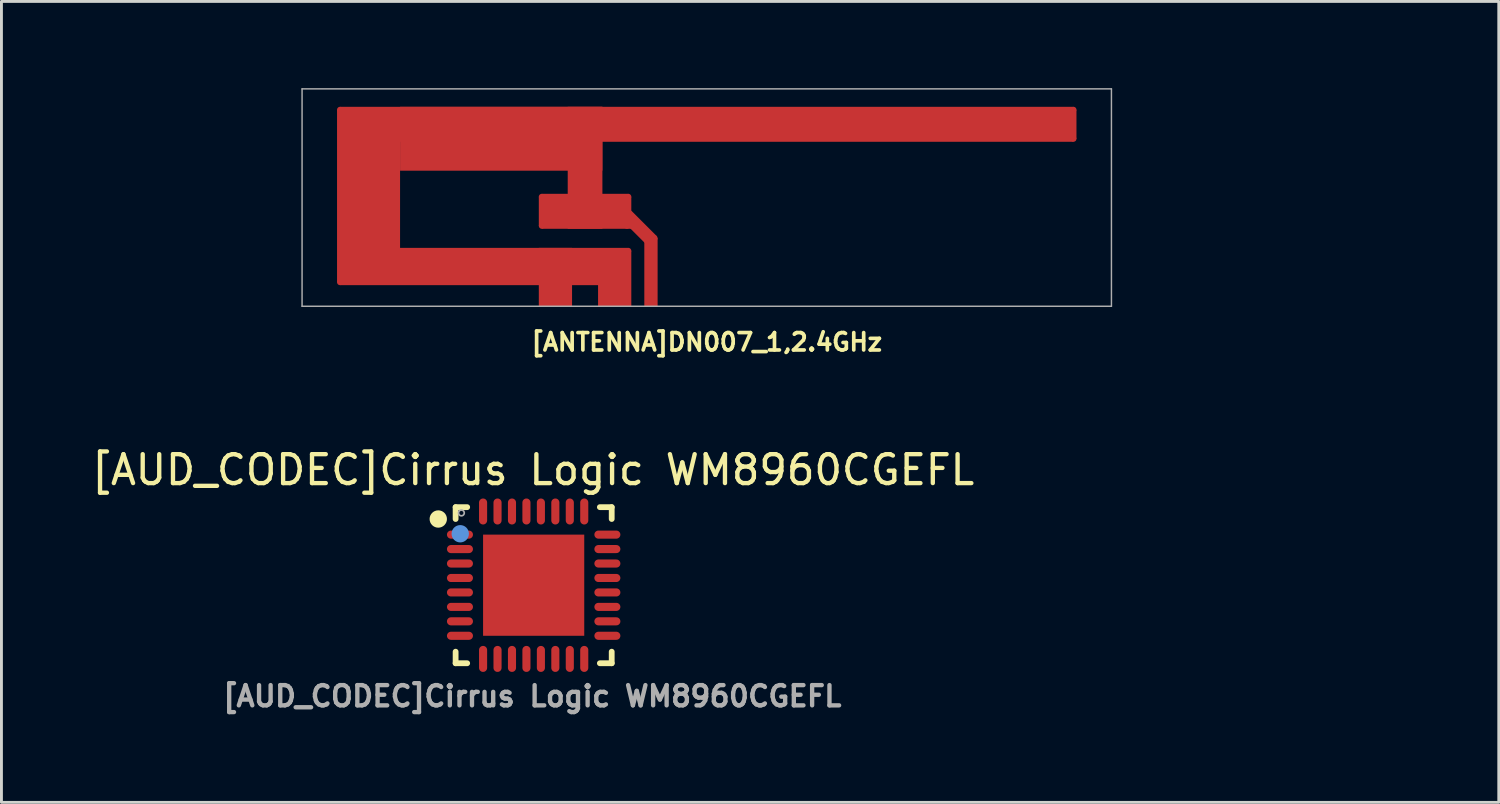
<source format=kicad_pcb>
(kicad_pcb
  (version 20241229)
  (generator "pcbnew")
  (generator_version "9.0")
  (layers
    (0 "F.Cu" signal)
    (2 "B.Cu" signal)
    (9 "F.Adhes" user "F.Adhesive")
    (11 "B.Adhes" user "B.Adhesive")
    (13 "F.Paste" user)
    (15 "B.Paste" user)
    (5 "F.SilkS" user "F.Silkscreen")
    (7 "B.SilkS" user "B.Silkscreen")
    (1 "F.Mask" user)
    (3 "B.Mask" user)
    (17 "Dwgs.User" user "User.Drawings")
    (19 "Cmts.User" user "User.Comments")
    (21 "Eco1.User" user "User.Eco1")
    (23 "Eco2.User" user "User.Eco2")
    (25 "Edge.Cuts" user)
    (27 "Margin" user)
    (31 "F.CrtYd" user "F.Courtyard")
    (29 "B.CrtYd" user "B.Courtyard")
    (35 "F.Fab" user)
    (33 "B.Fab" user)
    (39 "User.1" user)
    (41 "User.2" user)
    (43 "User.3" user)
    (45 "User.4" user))
  (footprint "[ANTENNA]DN007_1,2.4GHz"
    (layer "F.Cu")
    (at 18.69 3.755)
    (property "Reference" "[ANTENNA]DN007_1,2.4GHz" (at 2.71 5.03 0) (layer "F.SilkS") (effects (font (size 0.6 0.6) (thickness 0.127))))
    (attr exclude_from_pos_files exclude_from_bom allow_soldermask_bridges)
    (fp_rect (start -10.08 -3.01) (end -7.9 2.96) (stroke (width 0) (type default)) (fill yes) (layer "F.Cu"))
    (fp_rect (start -9.98 -3.11) (end 15.4 -1.9) (stroke (width 0) (type default)) (fill yes) (layer "F.Cu"))
    (fp_rect (start -9.98 1.77) (end 0 3.06) (stroke (width 0) (type default)) (fill yes) (layer "F.Cu"))
    (fp_rect (start -7.9 -3.11) (end -0.9 -0.9) (stroke (width 0) (type default)) (fill yes) (layer "F.Cu"))
    (fp_rect (start -3.1 0) (end 0.1 1.01) (stroke (width 0) (type default)) (fill yes) (layer "F.Cu"))
    (fp_rect (start -3 -0.1) (end 0 1.11) (stroke (width 0) (type default)) (fill yes) (layer "F.Cu"))
    (fp_rect (start -2.1 -3.11) (end -0.9 1.11) (stroke (width 0) (type default)) (fill yes) (layer "F.Cu"))
    (fp_rect (start -0.1 0.91) (end 0.1 1.11) (stroke (width 0) (type default)) (fill yes) (layer "F.Cu"))
    (fp_rect (start 13.92 -3.01) (end 15.5 -2) (stroke (width 0) (type solid)) (fill yes) (layer "F.Cu"))
    (fp_circle (center -9.98 -3.01) (end -9.88 -3.01) (stroke (width 0) (type solid)) (fill yes) (layer "F.Cu"))
    (fp_circle (center -9.98 2.96) (end -9.88 2.96) (stroke (width 0) (type solid)) (fill yes) (layer "F.Cu"))
    (fp_circle (center -3 0) (end -2.9 0) (stroke (width 0) (type solid)) (fill yes) (layer "F.Cu"))
    (fp_circle (center -3 1.01) (end -2.9 1.01) (stroke (width 0) (type solid)) (fill yes) (layer "F.Cu"))
    (fp_circle (center 0 0) (end 0.1 0) (stroke (width 0) (type solid)) (fill yes) (layer "F.Cu"))
    (fp_circle (center 0 1.87) (end 0.1 1.87) (stroke (width 0) (type solid)) (fill yes) (layer "F.Cu"))
    (fp_circle (center 0.91 1.434) (end 1.01 1.434) (stroke (width 0) (type solid)) (fill yes) (layer "F.Cu"))
    (fp_circle (center 15.4 -3.01) (end 15.5 -3.01) (stroke (width 0) (type solid)) (fill yes) (layer "F.Cu"))
    (fp_circle (center 15.4 -2) (end 15.5 -2) (stroke (width 0) (type solid)) (fill yes) (layer "F.Cu"))
    (fp_rect (start -10.08 -3.01) (end -7.9 2.96) (stroke (width 0) (type default)) (fill yes) (layer "F.Mask"))
    (fp_rect (start -9.98 -3.11) (end 15.4 -1.9) (stroke (width 0) (type default)) (fill yes) (layer "F.Mask"))
    (fp_rect (start -9.98 1.77) (end 0 3.06) (stroke (width 0) (type default)) (fill yes) (layer "F.Mask"))
    (fp_rect (start -7.9 -3.11) (end -0.9 -0.9) (stroke (width 0) (type default)) (fill yes) (layer "F.Mask"))
    (fp_rect (start -3.1 0) (end 0.1 1.01) (stroke (width 0) (type default)) (fill yes) (layer "F.Mask"))
    (fp_rect (start -3 -0.1) (end 0 1.11) (stroke (width 0) (type default)) (fill yes) (layer "F.Mask"))
    (fp_rect (start -2.1 -3.11) (end -0.9 1.11) (stroke (width 0) (type default)) (fill yes) (layer "F.Mask"))
    (fp_rect (start -0.1 0.91) (end 0.1 1.11) (stroke (width 0) (type default)) (fill yes) (layer "F.Mask"))
    (fp_rect (start 13.92 -3.01) (end 15.5 -2) (stroke (width 0) (type solid)) (fill yes) (layer "F.Mask"))
    (fp_circle (center -9.98 -3.01) (end -10.08 -3.01) (stroke (width 0) (type solid)) (fill yes) (layer "F.Mask"))
    (fp_circle (center -9.98 2.96) (end -10.08 2.96) (stroke (width 0) (type solid)) (fill yes) (layer "F.Mask"))
    (fp_circle (center -3 0) (end -2.9 0) (stroke (width 0) (type solid)) (fill yes) (layer "F.Mask"))
    (fp_circle (center -3 1.01) (end -2.9 1.01) (stroke (width 0) (type solid)) (fill yes) (layer "F.Mask"))
    (fp_circle (center 0 0) (end 0.1 0) (stroke (width 0) (type solid)) (fill yes) (layer "F.Mask"))
    (fp_circle (center 0 1.87) (end 0.1 1.87) (stroke (width 0) (type solid)) (fill yes) (layer "F.Mask"))
    (fp_circle (center 0.91 1.434) (end 1.01 1.434) (stroke (width 0) (type solid)) (fill yes) (layer "F.Mask"))
    (fp_circle (center 15.4 -3.01) (end 15.5 -3.01) (stroke (width 0) (type solid)) (fill yes) (layer "F.Mask"))
    (fp_circle (center 15.4 -2) (end 15.5 -2) (stroke (width 0) (type solid)) (fill yes) (layer "F.Mask"))
    (fp_line (start -11.29 -3.73) (end -11.29 3.79) (stroke (width 0.05) (type solid)) (layer "F.Fab"))
    (fp_line (start -11.29 3.79) (end 16.71 3.79) (stroke (width 0.05) (type solid)) (layer "F.Fab"))
    (fp_line (start 16.71 -3.73) (end -11.29 -3.73) (stroke (width 0.05) (type solid)) (layer "F.Fab"))
    (fp_line (start 16.71 -3.73) (end 16.71 3.79) (stroke (width 0.05) (type solid)) (layer "F.Fab"))
    (pad "1" connect rect (at -2.525 2.785) (size 1.15 2.03) (layers "F.Cu" "F.Mask"))
    (pad "1" connect rect (at -0.475 2.835) (size 1.15 1.93) (layers "F.Cu" "F.Mask"))
    (pad "2" connect rect (at 0.378 1.086 45) (size 0.46 1.246) (layers "F.Cu" "F.Mask"))
    (pad "2" connect rect (at 0.78 2.617) (size 0.46 2.366) (layers "F.Cu" "F.Mask"))
    (zone (net_name "") (layer "F.Cu") (hatch edge 0.5) (connect_pads) (min_thickness 0.25) (filled_areas_thickness no) (keepout (tracks allowed) (vias allowed) (pads allowed) (copperpour not_allowed) (footprints allowed)) (placement (enabled no)) (fill) (polygon (pts (xy 0.000127 0.045) (xy 45.8 0.045) (xy 45.8 7.545) (xy 18.79 7.555) (xy 18.785 5.525) (xy 17.64 5.526) (xy 17.64 7.555) (xy 16.74 7.555) (xy 16.74 5.525) (xy 15.59 5.525) (xy 15.59 7.555) (xy 0.000127 7.545))))
    (zone (net_name "") (layer "In1.Cu") (hatch edge 0.5) (connect_pads) (min_thickness 0.25) (filled_areas_thickness no) (keepout (tracks allowed) (vias allowed) (pads allowed) (copperpour not_allowed) (footprints allowed)) (placement (enabled no)) (fill) (polygon (pts (xy 0 0.045) (xy 45.8 0.045) (xy 45.8 7.545) (xy 18.79 7.555) (xy 17.64 7.555) (xy 16.74 7.555) (xy 15.59 7.555) (xy 0 7.545)))))
  (footprint "[AUD_CODEC]Cirrus Logic WM8960CGEFL"
    (layer "F.Cu")
    (at 15.412 17.195)
    (property "Reference" "[AUD_CODEC]Cirrus Logic WM8960CGEFL" (at -0.025 -3.988 0) (layer "F.SilkS") (effects (font (size 1 1) (thickness 0.15))))
    (attr smd)
    (fp_line (start -2.7 -2.7) (end -2.3 -2.7) (stroke (width 0.2) (type solid)) (layer "F.SilkS"))
    (fp_line (start -2.7 -2.29) (end -2.7 -2.7) (stroke (width 0.2) (type solid)) (layer "F.SilkS"))
    (fp_line (start -2.7 2.3) (end -2.7 2.7) (stroke (width 0.2) (type solid)) (layer "F.SilkS"))
    (fp_line (start -2.7 2.7) (end -2.3 2.7) (stroke (width 0.2) (type solid)) (layer "F.SilkS"))
    (fp_line (start 2.29 -2.7) (end 2.7 -2.7) (stroke (width 0.2) (type solid)) (layer "F.SilkS"))
    (fp_line (start 2.29 2.7) (end 2.7 2.7) (stroke (width 0.2) (type solid)) (layer "F.SilkS"))
    (fp_line (start 2.7 -2.7) (end 2.7 -2.29) (stroke (width 0.2) (type solid)) (layer "F.SilkS"))
    (fp_line (start 2.7 2.7) (end 2.7 2.3) (stroke (width 0.2) (type solid)) (layer "F.SilkS"))
    (fp_circle (center -3.3 -2.29) (end -3.15 -2.29) (stroke (width 0.3) (type solid)) (fill no) (layer "F.SilkS"))
    (fp_circle (center -2.54 -1.78) (end -2.39 -1.78) (stroke (width 0.3) (type solid)) (fill no) (layer "Cmts.User"))
    (fp_circle (center -2.5 -2.5) (end -2.4 -2.5) (stroke (width 0.06) (type solid)) (fill no) (layer "F.Fab"))
    (fp_text user "${REFERENCE}" (at -0.05 3.84 0) (layer "F.Fab") (effects (font (size 0.7 0.7) (thickness 0.15))))
    (pad "1" smd oval (at -2.55 -1.75 90) (size 0.28 0.9) (layers "F.Cu" "F.Mask" "F.Paste"))
    (pad "2" smd oval (at -2.55 -1.25 90) (size 0.28 0.9) (layers "F.Cu" "F.Mask" "F.Paste"))
    (pad "3" smd oval (at -2.55 -0.75 90) (size 0.28 0.9) (layers "F.Cu" "F.Mask" "F.Paste"))
    (pad "4" smd oval (at -2.55 -0.25 90) (size 0.28 0.9) (layers "F.Cu" "F.Mask" "F.Paste"))
    (pad "5" smd oval (at -2.55 0.25 90) (size 0.28 0.9) (layers "F.Cu" "F.Mask" "F.Paste"))
    (pad "6" smd oval (at -2.55 0.75 90) (size 0.28 0.9) (layers "F.Cu" "F.Mask" "F.Paste"))
    (pad "7" smd oval (at -2.55 1.25 90) (size 0.28 0.9) (layers "F.Cu" "F.Mask" "F.Paste"))
    (pad "8" smd oval (at -2.55 1.75 90) (size 0.28 0.9) (layers "F.Cu" "F.Mask" "F.Paste"))
    (pad "9" smd oval (at -1.75 2.55) (size 0.28 0.9) (layers "F.Cu" "F.Mask" "F.Paste"))
    (pad "10" smd oval (at -1.25 2.55) (size 0.28 0.9) (layers "F.Cu" "F.Mask" "F.Paste"))
    (pad "11" smd oval (at -0.75 2.55) (size 0.28 0.9) (layers "F.Cu" "F.Mask" "F.Paste"))
    (pad "12" smd oval (at -0.25 2.55) (size 0.28 0.9) (layers "F.Cu" "F.Mask" "F.Paste"))
    (pad "13" smd oval (at 0.25 2.55) (size 0.28 0.9) (layers "F.Cu" "F.Mask" "F.Paste"))
    (pad "14" smd oval (at 0.75 2.55) (size 0.28 0.9) (layers "F.Cu" "F.Mask" "F.Paste"))
    (pad "15" smd oval (at 1.25 2.55) (size 0.28 0.9) (layers "F.Cu" "F.Mask" "F.Paste"))
    (pad "16" smd oval (at 1.75 2.55) (size 0.28 0.9) (layers "F.Cu" "F.Mask" "F.Paste"))
    (pad "17" smd oval (at 2.55 1.75 90) (size 0.28 0.9) (layers "F.Cu" "F.Mask" "F.Paste"))
    (pad "18" smd oval (at 2.55 1.25 90) (size 0.28 0.9) (layers "F.Cu" "F.Mask" "F.Paste"))
    (pad "19" smd oval (at 2.55 0.75 90) (size 0.28 0.9) (layers "F.Cu" "F.Mask" "F.Paste"))
    (pad "20" smd oval (at 2.55 0.25 90) (size 0.28 0.9) (layers "F.Cu" "F.Mask" "F.Paste"))
    (pad "21" smd oval (at 2.55 -0.25 90) (size 0.28 0.9) (layers "F.Cu" "F.Mask" "F.Paste"))
    (pad "22" smd oval (at 2.55 -0.75 90) (size 0.28 0.9) (layers "F.Cu" "F.Mask" "F.Paste"))
    (pad "23" smd oval (at 2.55 -1.25 90) (size 0.28 0.9) (layers "F.Cu" "F.Mask" "F.Paste"))
    (pad "24" smd oval (at 2.55 -1.75 90) (size 0.28 0.9) (layers "F.Cu" "F.Mask" "F.Paste"))
    (pad "25" smd oval (at 1.75 -2.55) (size 0.28 0.9) (layers "F.Cu" "F.Mask" "F.Paste"))
    (pad "26" smd oval (at 1.25 -2.55) (size 0.28 0.9) (layers "F.Cu" "F.Mask" "F.Paste"))
    (pad "27" smd oval (at 0.75 -2.55) (size 0.28 0.9) (layers "F.Cu" "F.Mask" "F.Paste"))
    (pad "28" smd oval (at 0.25 -2.55) (size 0.28 0.9) (layers "F.Cu" "F.Mask" "F.Paste"))
    (pad "29" smd oval (at -0.25 -2.55) (size 0.28 0.9) (layers "F.Cu" "F.Mask" "F.Paste"))
    (pad "30" smd oval (at -0.75 -2.55) (size 0.28 0.9) (layers "F.Cu" "F.Mask" "F.Paste"))
    (pad "31" smd oval (at -1.25 -2.55) (size 0.28 0.9) (layers "F.Cu" "F.Mask" "F.Paste"))
    (pad "32" smd oval (at -1.75 -2.55) (size 0.28 0.9) (layers "F.Cu" "F.Mask" "F.Paste"))
    (pad "33" smd rect (at 0 0) (size 3.5 3.5) (layers "F.Cu" "F.Mask" "F.Paste")))
  (gr_rect
    (start -3 -3)
    (end 48.8 24.708)
    (stroke (width 0.1) (type default))
    (fill no)
    (layer "Edge.Cuts")))
</source>
